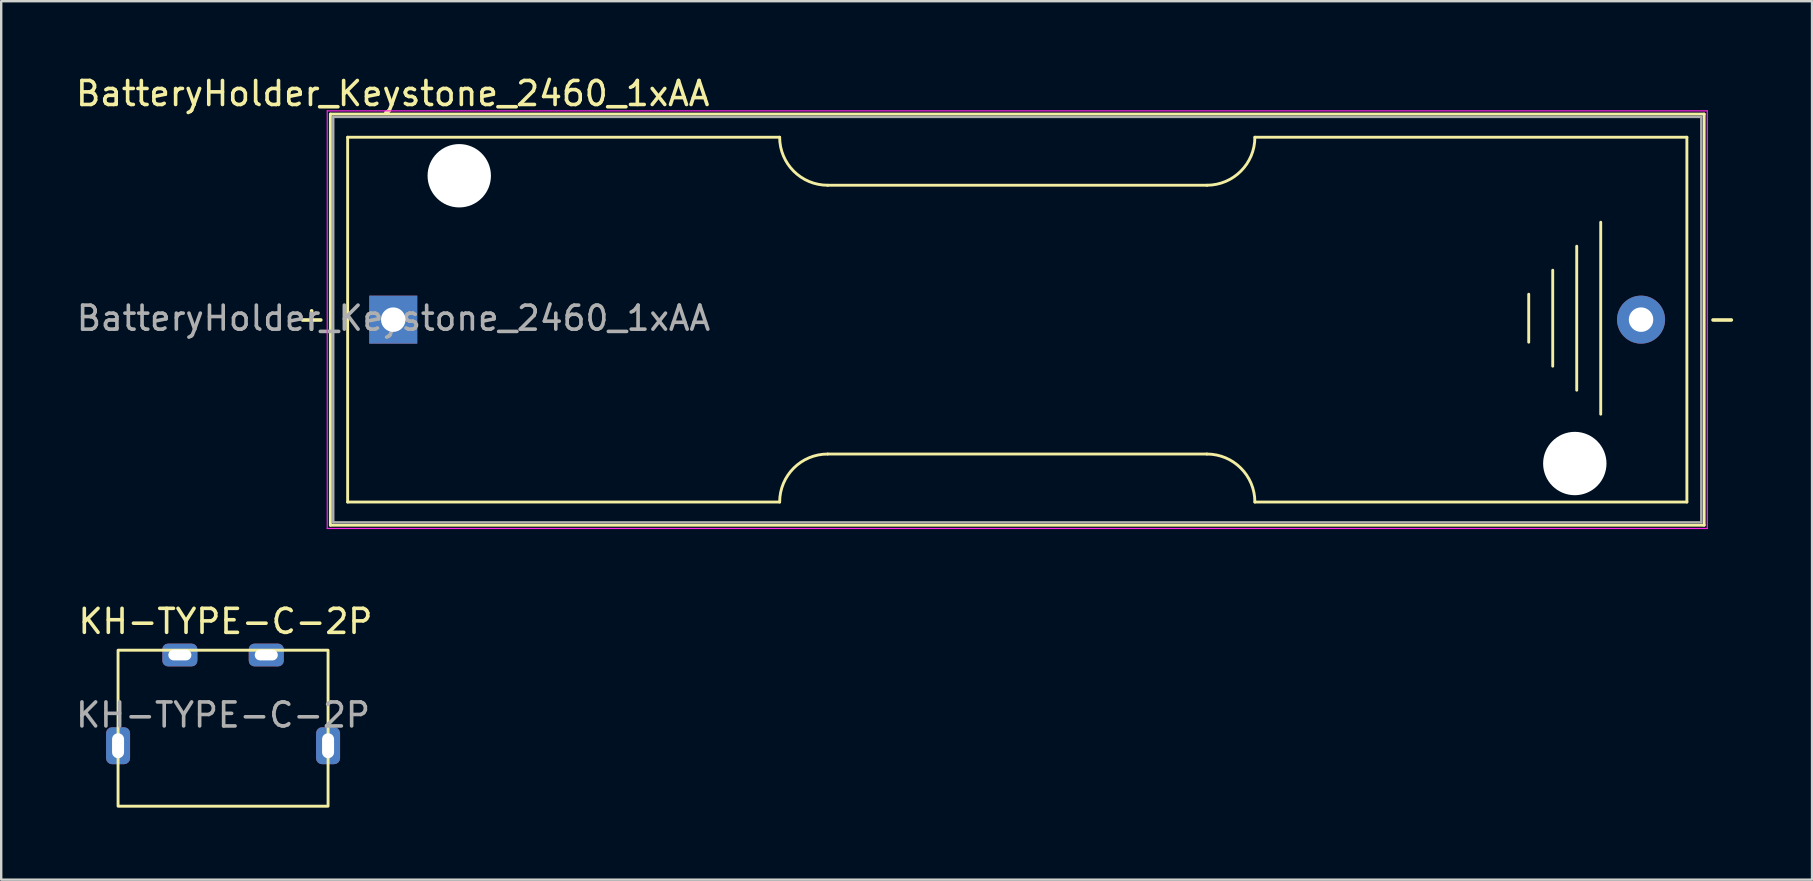
<source format=kicad_pcb>
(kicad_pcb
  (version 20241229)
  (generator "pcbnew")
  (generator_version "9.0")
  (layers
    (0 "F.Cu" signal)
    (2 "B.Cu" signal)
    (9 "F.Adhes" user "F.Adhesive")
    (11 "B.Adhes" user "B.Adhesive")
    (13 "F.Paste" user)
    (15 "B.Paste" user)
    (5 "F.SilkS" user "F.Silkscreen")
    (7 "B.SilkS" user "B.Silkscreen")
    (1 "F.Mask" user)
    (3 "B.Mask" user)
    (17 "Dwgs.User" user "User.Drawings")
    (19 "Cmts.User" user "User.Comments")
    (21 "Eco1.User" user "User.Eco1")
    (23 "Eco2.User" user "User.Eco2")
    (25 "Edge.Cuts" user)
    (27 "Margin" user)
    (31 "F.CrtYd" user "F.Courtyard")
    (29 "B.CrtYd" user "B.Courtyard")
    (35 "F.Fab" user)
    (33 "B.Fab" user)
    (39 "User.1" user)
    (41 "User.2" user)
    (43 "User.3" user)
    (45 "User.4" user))
  (footprint "BatteryHolder_Keystone_2460_1xAA"
    (layer "F.Cu")
    (at 13.335 10.268)
    (property "Reference" "BatteryHolder_Keystone_2460_1xAA" (at -0.02 -9.42 180) (layer "F.SilkS") (effects (font (size 1 1) (thickness 0.15))))
    (attr through_hole)
    (fp_line (start -2.62 -8.565) (end 54.62 -8.565) (stroke (width 0.12) (type solid)) (layer "F.SilkS"))
    (fp_line (start -2.62 8.565) (end -2.62 -8.565) (stroke (width 0.12) (type solid)) (layer "F.SilkS"))
    (fp_line (start -1.9 -7.6) (end -1.9 7.6) (stroke (width 0.12) (type solid)) (layer "F.SilkS"))
    (fp_line (start -1.9 -7.6) (end 16.1 -7.6) (stroke (width 0.12) (type solid)) (layer "F.SilkS"))
    (fp_line (start -1.9 7.6) (end 16.1 7.6) (stroke (width 0.12) (type solid)) (layer "F.SilkS"))
    (fp_line (start 18.1 -5.6) (end 33.9 -5.6) (stroke (width 0.12) (type solid)) (layer "F.SilkS"))
    (fp_line (start 33.9 5.6) (end 18.1 5.6) (stroke (width 0.12) (type solid)) (layer "F.SilkS"))
    (fp_line (start 35.9 -7.6) (end 53.9 -7.6) (stroke (width 0.12) (type solid)) (layer "F.SilkS"))
    (fp_line (start 35.9 7.6) (end 53.9 7.6) (stroke (width 0.12) (type solid)) (layer "F.SilkS"))
    (fp_line (start 47.31 -1.06) (end 47.31 0.94) (stroke (width 0.12) (type solid)) (layer "F.SilkS"))
    (fp_line (start 48.31 -2.06) (end 48.31 1.94) (stroke (width 0.12) (type solid)) (layer "F.SilkS"))
    (fp_line (start 49.31 2.94) (end 49.31 -3.06) (stroke (width 0.12) (type solid)) (layer "F.SilkS"))
    (fp_line (start 50.31 -4.06) (end 50.31 3.94) (stroke (width 0.12) (type solid)) (layer "F.SilkS"))
    (fp_line (start 53.9 -7.6) (end 53.9 7.6) (stroke (width 0.12) (type solid)) (layer "F.SilkS"))
    (fp_line (start 54.62 -8.565) (end 54.62 8.565) (stroke (width 0.12) (type solid)) (layer "F.SilkS"))
    (fp_line (start 54.62 8.565) (end -2.62 8.565) (stroke (width 0.12) (type solid)) (layer "F.SilkS"))
    (fp_arc (start 16.1 7.6) (mid 16.685786 6.185786) (end 18.1 5.6) (stroke (width 0.12) (type solid)) (layer "F.SilkS"))
    (fp_arc (start 18.1 -5.6) (mid 16.685786 -6.185786) (end 16.1 -7.6) (stroke (width 0.12) (type solid)) (layer "F.SilkS"))
    (fp_arc (start 33.9 5.6) (mid 35.314214 6.185786) (end 35.9 7.6) (stroke (width 0.12) (type solid)) (layer "F.SilkS"))
    (fp_arc (start 35.9 -7.6) (mid 35.314214 -6.185786) (end 33.9 -5.6) (stroke (width 0.12) (type solid)) (layer "F.SilkS"))
    (fp_line (start -2.75 -8.7) (end 54.75 -8.7) (stroke (width 0.05) (type solid)) (layer "F.CrtYd"))
    (fp_line (start -2.75 8.7) (end -2.75 -8.7) (stroke (width 0.05) (type solid)) (layer "F.CrtYd"))
    (fp_line (start 54.75 -8.7) (end 54.75 8.7) (stroke (width 0.05) (type solid)) (layer "F.CrtYd"))
    (fp_line (start 54.75 8.7) (end -2.75 8.7) (stroke (width 0.05) (type solid)) (layer "F.CrtYd"))
    (fp_line (start -2.5 -8.445) (end -2.5 8.445) (stroke (width 0.1) (type solid)) (layer "F.Fab"))
    (fp_line (start -2.5 8.445) (end 54.5 8.445) (stroke (width 0.1) (type solid)) (layer "F.Fab"))
    (fp_line (start 54.5 -8.445) (end -2.5 -8.445) (stroke (width 0.1) (type solid)) (layer "F.Fab"))
    (fp_line (start 54.5 8.445) (end 54.5 -8.445) (stroke (width 0.1) (type solid)) (layer "F.Fab"))
    (fp_text user "-" (at 55.37 -0.06 180) (layer "F.SilkS") (effects (font (size 1 1) (thickness 0.15))))
    (fp_text user "+" (at -3.4 -0.06 180) (layer "F.SilkS") (effects (font (size 1 1) (thickness 0.15))))
    (fp_text user "${REFERENCE}" (at 0.01 -0.06 180) (layer "F.Fab") (effects (font (size 1 1) (thickness 0.15))))
    (pad "" np_thru_hole circle (at 2.75 -5.995 90) (size 2.64 2.64) (drill 2.64) (layers "*.Cu" "*.Mask"))
    (pad "" np_thru_hole circle (at 49.23 5.995) (size 2.64 2.64) (drill 2.64) (layers "*.Cu" "*.Mask"))
    (pad "1" thru_hole rect (at 0 0 180) (size 2 2) (drill 1.02) (layers "*.Cu" "*.Mask"))
    (pad "2" thru_hole circle (at 51.99 0 180) (size 2 2) (drill 1.02) (layers "*.Cu" "*.Mask")))
  (footprint "KH-TYPE-C-2P"
    (layer "F.Cu")
    (at 6.244 24.241)
    (property "Reference" "KH-TYPE-C-2P" (at 0.1 -1.4 0) (unlocked yes) (layer "F.SilkS") (effects (font (size 1 1) (thickness 0.15))))
    (attr through_hole)
    (fp_rect (start -4.375 -0.2) (end 4.375 6.3) (stroke (width 0.12) (type solid)) (fill no) (layer "F.SilkS"))
    (fp_text user "${REFERENCE}" (at 0 2.5 0) (unlocked yes) (layer "F.Fab") (effects (font (size 1 1) (thickness 0.15))))
    (pad "1" thru_hole roundrect (at -1.8 0) (size 1.46 0.95) (drill oval 0.96 0.45) (layers "*.Cu" "*.Mask") (roundrect_rratio 0.25))
    (pad "2" thru_hole roundrect (at 1.8 0) (size 1.46 0.95) (drill oval 0.96 0.45) (layers "*.Cu" "*.Mask") (roundrect_rratio 0.25))
    (pad "3" thru_hole roundrect (at -4.375 3.78) (size 1 1.54) (drill oval 0.5 1.04) (layers "*.Cu" "*.Mask") (roundrect_rratio 0.25))
    (pad "3" thru_hole roundrect (at 4.375 3.78) (size 1 1.54) (drill oval 0.5 1.04) (layers "*.Cu" "*.Mask") (roundrect_rratio 0.25)))
  (gr_rect
    (start -3 -3)
    (end 72.45 33.602)
    (stroke (width 0.1) (type default))
    (fill no)
    (layer "Edge.Cuts")))
</source>
